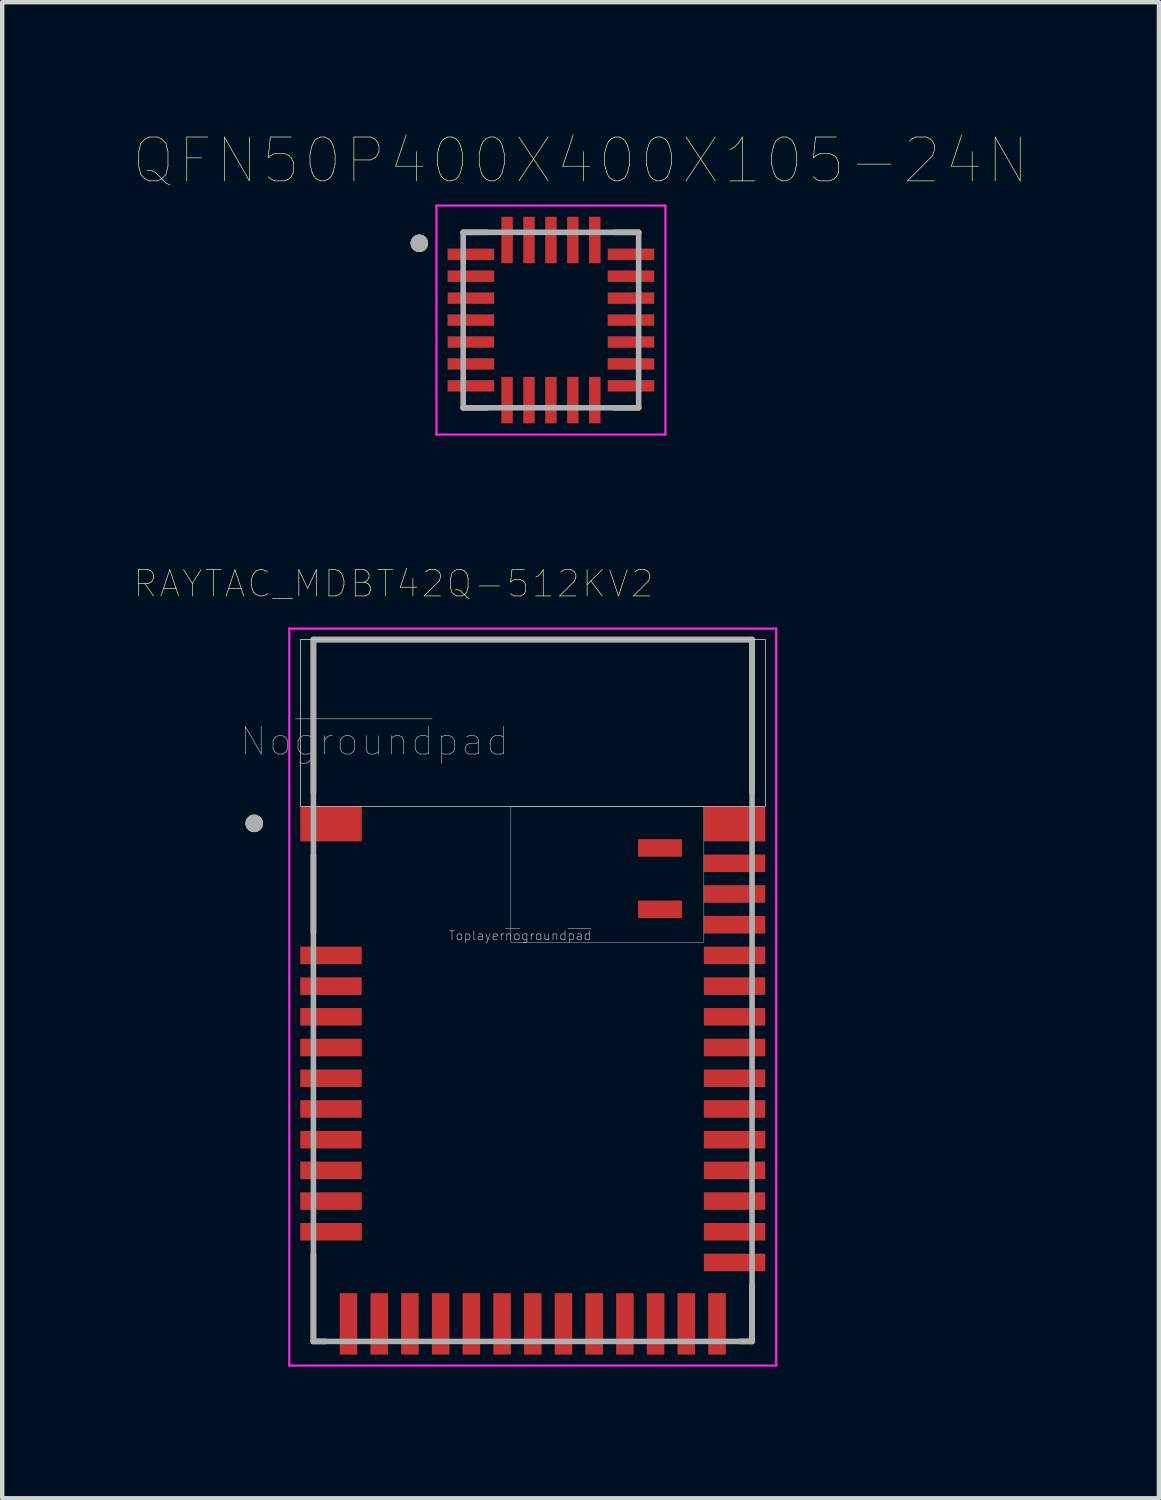
<source format=kicad_pcb>
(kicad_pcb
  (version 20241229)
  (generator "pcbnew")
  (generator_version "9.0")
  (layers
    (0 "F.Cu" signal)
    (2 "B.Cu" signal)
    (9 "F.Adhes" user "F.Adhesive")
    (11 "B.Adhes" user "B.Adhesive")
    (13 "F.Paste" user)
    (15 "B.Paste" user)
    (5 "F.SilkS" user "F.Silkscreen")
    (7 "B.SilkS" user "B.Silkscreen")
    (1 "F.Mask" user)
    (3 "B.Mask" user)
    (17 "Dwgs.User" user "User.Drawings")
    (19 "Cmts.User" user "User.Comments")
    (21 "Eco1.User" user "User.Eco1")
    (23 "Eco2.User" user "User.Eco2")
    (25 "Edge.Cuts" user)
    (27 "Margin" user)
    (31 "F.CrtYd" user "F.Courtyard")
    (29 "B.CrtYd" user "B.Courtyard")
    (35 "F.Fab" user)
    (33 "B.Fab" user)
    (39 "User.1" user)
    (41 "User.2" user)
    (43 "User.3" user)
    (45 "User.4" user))
  (footprint "RAYTAC_MDBT42Q-512KV2"
    (layer "F.Cu")
    (at 9.095 19.53)
    (property "Reference" "RAYTAC_MDBT42Q-512KV2" (at -3.175 -9.271 0) (layer "F.SilkS") (effects (font (size 0.6 0.6) (thickness 0.015))))
    (attr through_hole)
    (fp_line (start -5 -8) (end 5 -8) (stroke (width 0.127) (type solid)) (layer "F.SilkS"))
    (fp_line (start -5 -4.52) (end -5 -8) (stroke (width 0.127) (type solid)) (layer "F.SilkS"))
    (fp_line (start -5 -1.32) (end -5 -3.08) (stroke (width 0.127) (type solid)) (layer "F.SilkS"))
    (fp_line (start -5 8) (end -5 6.02) (stroke (width 0.127) (type solid)) (layer "F.SilkS"))
    (fp_line (start -4.72 8) (end -5 8) (stroke (width 0.127) (type solid)) (layer "F.SilkS"))
    (fp_line (start 5 -8) (end 5 -4.52) (stroke (width 0.127) (type solid)) (layer "F.SilkS"))
    (fp_line (start 5 6.72) (end 5 8) (stroke (width 0.127) (type solid)) (layer "F.SilkS"))
    (fp_line (start 5 8) (end 4.72 8) (stroke (width 0.127) (type solid)) (layer "F.SilkS"))
    (fp_circle (center -6.35 -3.81) (end -6.25 -3.81) (stroke (width 0.2) (type solid)) (fill no) (layer "F.SilkS"))
    (fp_poly (pts (xy -5.3 -8) (xy 5.3 -8) (xy 5.3 -4.2) (xy -5.3 -4.2)) (stroke (width 0.01) (type solid)) (fill no) (layer "Dwgs.User"))
    (fp_poly (pts (xy -5.3 -8) (xy 5.3 -8) (xy 5.3 -4.2) (xy -5.3 -4.2)) (stroke (width 0.01) (type solid)) (fill no) (layer "Dwgs.User"))
    (fp_poly (pts (xy -5.3 -8) (xy 5.3 -8) (xy 5.3 -4.2) (xy -5.3 -4.2)) (stroke (width 0.01) (type solid)) (fill no) (layer "Dwgs.User"))
    (fp_poly (pts (xy -0.5 -4.2) (xy 3.9 -4.2) (xy 3.9 -1.1) (xy -0.5 -1.1)) (stroke (width 0.01) (type solid)) (fill no) (layer "Dwgs.User"))
    (fp_line (start -5.55 -8.25) (end -5.55 8.55) (stroke (width 0.05) (type solid)) (layer "F.CrtYd"))
    (fp_line (start -5.55 8.55) (end 5.55 8.55) (stroke (width 0.05) (type solid)) (layer "F.CrtYd"))
    (fp_line (start 5.55 -8.25) (end -5.55 -8.25) (stroke (width 0.05) (type solid)) (layer "F.CrtYd"))
    (fp_line (start 5.55 8.55) (end 5.55 -8.25) (stroke (width 0.05) (type solid)) (layer "F.CrtYd"))
    (fp_line (start -5 -8) (end 5 -8) (stroke (width 0.127) (type solid)) (layer "F.Fab"))
    (fp_line (start -5 8) (end -5 -8) (stroke (width 0.127) (type solid)) (layer "F.Fab"))
    (fp_line (start 5 -8) (end 5 8) (stroke (width 0.127) (type solid)) (layer "F.Fab"))
    (fp_line (start 5 8) (end -5 8) (stroke (width 0.127) (type solid)) (layer "F.Fab"))
    (fp_circle (center -6.35 -3.81) (end -6.25 -3.81) (stroke (width 0.2) (type solid)) (fill no) (layer "F.Fab"))
    (fp_text user "No~{ground}pad" (at -3.61 -5.68 0) (layer "F.Fab") (effects (font (size 0.63 0.63) (thickness 0.015))))
    (fp_text user "Toplayer~{no}ground~{pad}" (at -0.29 -1.25 0) (layer "F.Fab") (effects (font (size 0.205 0.205) (thickness 0.015))))
    (pad "1" smd rect (at -4.6 -3.8) (size 1.4 0.8) (layers "F.Cu" "F.Mask" "F.Paste"))
    (pad "2" smd rect (at -4.6 -0.8) (size 1.4 0.4) (layers "F.Cu" "F.Mask" "F.Paste"))
    (pad "3" smd rect (at -4.6 -0.1) (size 1.4 0.4) (layers "F.Cu" "F.Mask" "F.Paste"))
    (pad "4" smd rect (at -4.6 0.6) (size 1.4 0.4) (layers "F.Cu" "F.Mask" "F.Paste"))
    (pad "5" smd rect (at -4.6 1.3) (size 1.4 0.4) (layers "F.Cu" "F.Mask" "F.Paste"))
    (pad "6" smd rect (at -4.6 2) (size 1.4 0.4) (layers "F.Cu" "F.Mask" "F.Paste"))
    (pad "7" smd rect (at -4.6 2.7) (size 1.4 0.4) (layers "F.Cu" "F.Mask" "F.Paste"))
    (pad "8" smd rect (at -4.6 3.4) (size 1.4 0.4) (layers "F.Cu" "F.Mask" "F.Paste"))
    (pad "9" smd rect (at -4.6 4.1) (size 1.4 0.4) (layers "F.Cu" "F.Mask" "F.Paste"))
    (pad "10" smd rect (at -4.6 4.8) (size 1.4 0.4) (layers "F.Cu" "F.Mask" "F.Paste"))
    (pad "11" smd rect (at -4.6 5.5) (size 1.4 0.4) (layers "F.Cu" "F.Mask" "F.Paste"))
    (pad "12" smd rect (at -4.2 7.6) (size 0.4 1.4) (layers "F.Cu" "F.Mask" "F.Paste"))
    (pad "13" smd rect (at -3.5 7.6) (size 0.4 1.4) (layers "F.Cu" "F.Mask" "F.Paste"))
    (pad "14" smd rect (at -2.8 7.6) (size 0.4 1.4) (layers "F.Cu" "F.Mask" "F.Paste"))
    (pad "15" smd rect (at -2.1 7.6) (size 0.4 1.4) (layers "F.Cu" "F.Mask" "F.Paste"))
    (pad "16" smd rect (at -1.4 7.6) (size 0.4 1.4) (layers "F.Cu" "F.Mask" "F.Paste"))
    (pad "17" smd rect (at -0.7 7.6) (size 0.4 1.4) (layers "F.Cu" "F.Mask" "F.Paste"))
    (pad "18" smd rect (at 0 7.6) (size 0.4 1.4) (layers "F.Cu" "F.Mask" "F.Paste"))
    (pad "19" smd rect (at 0.7 7.6) (size 0.4 1.4) (layers "F.Cu" "F.Mask" "F.Paste"))
    (pad "20" smd rect (at 1.4 7.6) (size 0.4 1.4) (layers "F.Cu" "F.Mask" "F.Paste"))
    (pad "21" smd rect (at 2.1 7.6) (size 0.4 1.4) (layers "F.Cu" "F.Mask" "F.Paste"))
    (pad "22" smd rect (at 2.8 7.6) (size 0.4 1.4) (layers "F.Cu" "F.Mask" "F.Paste"))
    (pad "23" smd rect (at 3.5 7.6) (size 0.4 1.4) (layers "F.Cu" "F.Mask" "F.Paste"))
    (pad "24" smd rect (at 4.2 7.6) (size 0.4 1.4) (layers "F.Cu" "F.Mask" "F.Paste"))
    (pad "25" smd rect (at 4.6 6.2) (size 1.4 0.4) (layers "F.Cu" "F.Mask" "F.Paste"))
    (pad "26" smd rect (at 4.6 5.5) (size 1.4 0.4) (layers "F.Cu" "F.Mask" "F.Paste"))
    (pad "27" smd rect (at 4.6 4.8) (size 1.4 0.4) (layers "F.Cu" "F.Mask" "F.Paste"))
    (pad "28" smd rect (at 4.6 4.1) (size 1.4 0.4) (layers "F.Cu" "F.Mask" "F.Paste"))
    (pad "29" smd rect (at 4.6 3.4) (size 1.4 0.4) (layers "F.Cu" "F.Mask" "F.Paste"))
    (pad "30" smd rect (at 4.6 2.7) (size 1.4 0.4) (layers "F.Cu" "F.Mask" "F.Paste"))
    (pad "31" smd rect (at 4.6 2) (size 1.4 0.4) (layers "F.Cu" "F.Mask" "F.Paste"))
    (pad "32" smd rect (at 4.6 1.3) (size 1.4 0.4) (layers "F.Cu" "F.Mask" "F.Paste"))
    (pad "33" smd rect (at 4.6 0.6) (size 1.4 0.4) (layers "F.Cu" "F.Mask" "F.Paste"))
    (pad "34" smd rect (at 4.6 -0.1) (size 1.4 0.4) (layers "F.Cu" "F.Mask" "F.Paste"))
    (pad "35" smd rect (at 4.6 -0.8) (size 1.4 0.4) (layers "F.Cu" "F.Mask" "F.Paste"))
    (pad "36" smd rect (at 4.6 -1.5) (size 1.4 0.4) (layers "F.Cu" "F.Mask" "F.Paste"))
    (pad "37" smd rect (at 4.6 -2.2) (size 1.4 0.4) (layers "F.Cu" "F.Mask" "F.Paste"))
    (pad "38" smd rect (at 4.6 -2.9) (size 1.4 0.4) (layers "F.Cu" "F.Mask" "F.Paste"))
    (pad "39" smd rect (at 4.6 -3.8) (size 1.4 0.8) (layers "F.Cu" "F.Mask" "F.Paste"))
    (pad "40" smd rect (at 2.9 -3.25) (size 1 0.4) (layers "F.Cu" "F.Mask" "F.Paste"))
    (pad "41" smd rect (at 2.9 -1.85) (size 1 0.4) (layers "F.Cu" "F.Mask" "F.Paste")))
  (footprint "QFN50P400X400X105-24N"
    (layer "F.Cu")
    (at 9.509 4.246)
    (property "Reference" "QFN50P400X400X105-24N" (at 0.675 -3.635 0) (layer "F.SilkS") (effects (font (size 1 1) (thickness 0.015))))
    (attr through_hole)
    (fp_line (start -2 -2) (end -1.45 -2) (stroke (width 0.127) (type solid)) (layer "F.SilkS"))
    (fp_line (start -2 2) (end -1.45 2) (stroke (width 0.127) (type solid)) (layer "F.SilkS"))
    (fp_line (start 2 -2) (end 1.45 -2) (stroke (width 0.127) (type solid)) (layer "F.SilkS"))
    (fp_line (start 2 2) (end 1.45 2) (stroke (width 0.127) (type solid)) (layer "F.SilkS"))
    (fp_circle (center -3 -1.75) (end -2.9 -1.75) (stroke (width 0.2) (type solid)) (fill no) (layer "F.SilkS"))
    (fp_line (start -2.61 -2.61) (end 2.61 -2.61) (stroke (width 0.05) (type solid)) (layer "F.CrtYd"))
    (fp_line (start -2.61 2.61) (end -2.61 -2.61) (stroke (width 0.05) (type solid)) (layer "F.CrtYd"))
    (fp_line (start -2.61 2.61) (end 2.61 2.61) (stroke (width 0.05) (type solid)) (layer "F.CrtYd"))
    (fp_line (start 2.61 2.61) (end 2.61 -2.61) (stroke (width 0.05) (type solid)) (layer "F.CrtYd"))
    (fp_line (start -2 2) (end -2 -2) (stroke (width 0.127) (type solid)) (layer "F.Fab"))
    (fp_line (start 2 -2) (end -2 -2) (stroke (width 0.127) (type solid)) (layer "F.Fab"))
    (fp_line (start 2 2) (end -2 2) (stroke (width 0.127) (type solid)) (layer "F.Fab"))
    (fp_line (start 2 2) (end 2 -2) (stroke (width 0.127) (type solid)) (layer "F.Fab"))
    (fp_circle (center -3 -1.75) (end -2.9 -1.75) (stroke (width 0.2) (type solid)) (fill no) (layer "F.Fab"))
    (pad "1" smd rect (at -1.825 -1.5) (size 1.06 0.26) (layers "F.Cu" "F.Mask" "F.Paste"))
    (pad "2" smd rect (at -1.825 -1) (size 1.06 0.26) (layers "F.Cu" "F.Mask" "F.Paste"))
    (pad "3" smd rect (at -1.825 -0.5) (size 1.06 0.26) (layers "F.Cu" "F.Mask" "F.Paste"))
    (pad "4" smd rect (at -1.825 0) (size 1.06 0.26) (layers "F.Cu" "F.Mask" "F.Paste"))
    (pad "5" smd rect (at -1.825 0.5) (size 1.06 0.26) (layers "F.Cu" "F.Mask" "F.Paste"))
    (pad "6" smd rect (at -1.825 1) (size 1.06 0.26) (layers "F.Cu" "F.Mask" "F.Paste"))
    (pad "7" smd rect (at -1.825 1.5) (size 1.06 0.26) (layers "F.Cu" "F.Mask" "F.Paste"))
    (pad "8" smd rect (at -1 1.825) (size 0.26 1.06) (layers "F.Cu" "F.Mask" "F.Paste"))
    (pad "9" smd rect (at -0.5 1.825) (size 0.26 1.06) (layers "F.Cu" "F.Mask" "F.Paste"))
    (pad "10" smd rect (at 0 1.825) (size 0.26 1.06) (layers "F.Cu" "F.Mask" "F.Paste"))
    (pad "11" smd rect (at 0.5 1.825) (size 0.26 1.06) (layers "F.Cu" "F.Mask" "F.Paste"))
    (pad "12" smd rect (at 1 1.825) (size 0.26 1.06) (layers "F.Cu" "F.Mask" "F.Paste"))
    (pad "13" smd rect (at 1.825 1.5) (size 1.06 0.26) (layers "F.Cu" "F.Mask" "F.Paste"))
    (pad "14" smd rect (at 1.825 1) (size 1.06 0.26) (layers "F.Cu" "F.Mask" "F.Paste"))
    (pad "15" smd rect (at 1.825 0.5) (size 1.06 0.26) (layers "F.Cu" "F.Mask" "F.Paste"))
    (pad "16" smd rect (at 1.825 0) (size 1.06 0.26) (layers "F.Cu" "F.Mask" "F.Paste"))
    (pad "17" smd rect (at 1.825 -0.5) (size 1.06 0.26) (layers "F.Cu" "F.Mask" "F.Paste"))
    (pad "18" smd rect (at 1.825 -1) (size 1.06 0.26) (layers "F.Cu" "F.Mask" "F.Paste"))
    (pad "19" smd rect (at 1.825 -1.5) (size 1.06 0.26) (layers "F.Cu" "F.Mask" "F.Paste"))
    (pad "20" smd rect (at 1 -1.825) (size 0.26 1.06) (layers "F.Cu" "F.Mask" "F.Paste"))
    (pad "21" smd rect (at 0.5 -1.825) (size 0.26 1.06) (layers "F.Cu" "F.Mask" "F.Paste"))
    (pad "22" smd rect (at 0 -1.825) (size 0.26 1.06) (layers "F.Cu" "F.Mask" "F.Paste"))
    (pad "23" smd rect (at -0.5 -1.825) (size 0.26 1.06) (layers "F.Cu" "F.Mask" "F.Paste"))
    (pad "24" smd rect (at -1 -1.825) (size 0.26 1.06) (layers "F.Cu" "F.Mask" "F.Paste")))
  (gr_rect
    (start -3 -3)
    (end 23.369 31.105)
    (stroke (width 0.1) (type default))
    (fill no)
    (layer "Edge.Cuts")))
</source>
